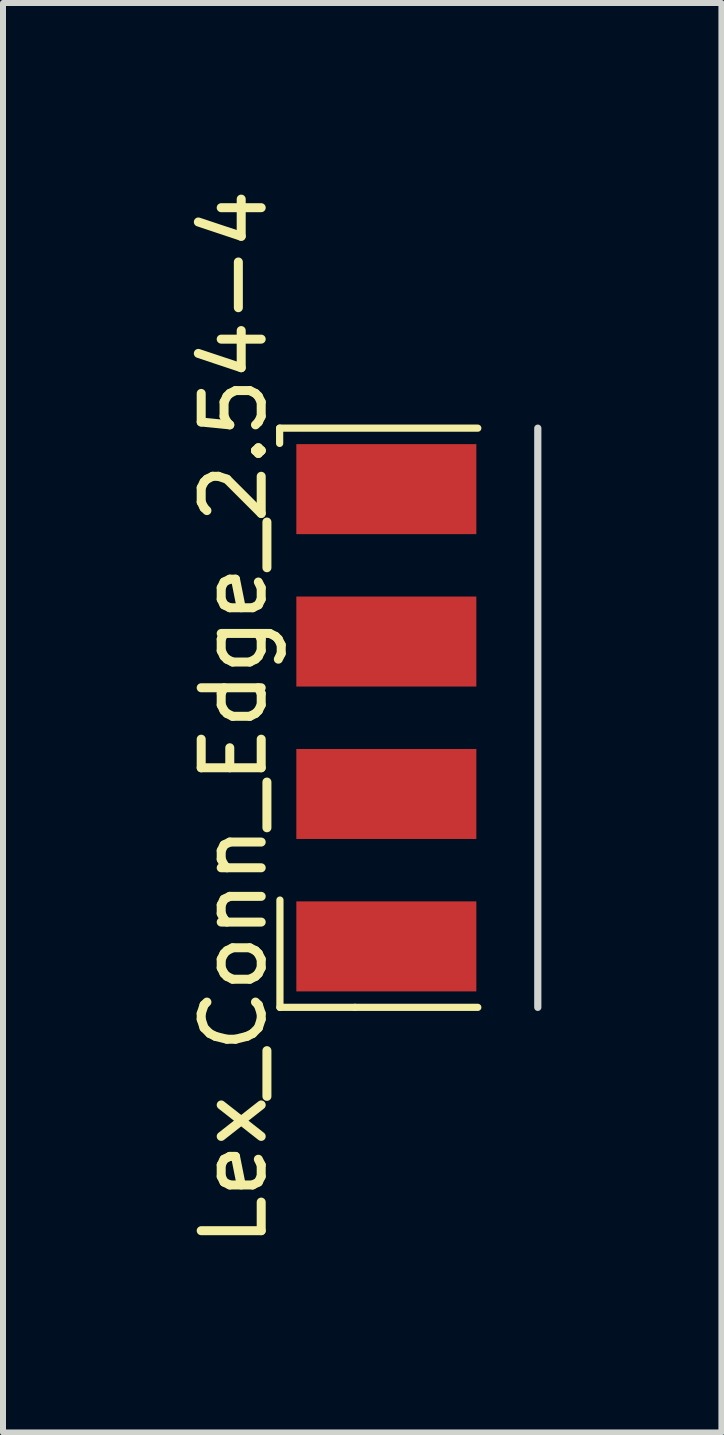
<source format=kicad_pcb>
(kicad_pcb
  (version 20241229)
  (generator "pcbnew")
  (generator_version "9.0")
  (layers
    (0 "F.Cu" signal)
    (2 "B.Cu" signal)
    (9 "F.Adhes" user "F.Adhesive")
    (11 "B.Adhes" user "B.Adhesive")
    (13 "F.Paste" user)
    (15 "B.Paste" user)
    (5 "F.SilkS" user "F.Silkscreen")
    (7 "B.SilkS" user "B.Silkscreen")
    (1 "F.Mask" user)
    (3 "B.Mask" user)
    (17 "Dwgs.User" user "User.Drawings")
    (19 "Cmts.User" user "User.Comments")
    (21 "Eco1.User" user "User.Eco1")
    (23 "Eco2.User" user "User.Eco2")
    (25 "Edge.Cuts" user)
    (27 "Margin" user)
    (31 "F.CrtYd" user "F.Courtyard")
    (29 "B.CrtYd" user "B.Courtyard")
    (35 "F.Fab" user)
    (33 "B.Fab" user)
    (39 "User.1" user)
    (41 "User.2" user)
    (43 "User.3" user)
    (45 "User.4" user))
  (footprint "Lex_Conn_Edge_2.54-4"
    (layer "F.Cu")
    (at 1.102 8.911)
    (property "Reference" "Lex_Conn_Edge_2.54-4" (at -0.254 0 90) (unlocked yes) (layer "F.SilkS") (effects (font (size 1 1) (thickness 0.15))))
    (attr smd)
    (fp_line (start 0.508 -4.826) (end 0.508 -4.572) (stroke (width 0.12) (type solid)) (layer "F.SilkS"))
    (fp_line (start 0.513 4.826) (end 0.513 3.038) (stroke (width 0.12) (type solid)) (layer "F.SilkS"))
    (fp_line (start 1.763 4.826) (end 0.513 4.826) (stroke (width 0.12) (type solid)) (layer "F.SilkS"))
    (fp_line (start 3.81 -4.826) (end 0.508 -4.826) (stroke (width 0.12) (type solid)) (layer "F.SilkS"))
    (fp_line (start 3.81 4.826) (end 1.763 4.826) (stroke (width 0.12) (type solid)) (layer "F.SilkS"))
    (fp_line (start 4.81 -4.826) (end 4.81 4.826) (stroke (width 0.12) (type solid)) (layer "Edge.Cuts"))
    (pad "1" smd rect (at 2.286 -3.81 270) (size 1.5 3) (layers "F.Cu" "F.Mask" "F.Paste"))
    (pad "2" smd rect (at 2.286 -1.27 270) (size 1.5 3) (layers "F.Cu" "F.Mask" "F.Paste"))
    (pad "3" smd rect (at 2.286 1.27 270) (size 1.5 3) (layers "F.Cu" "F.Mask" "F.Paste"))
    (pad "4" smd rect (at 2.286 3.81 270) (size 1.5 3) (layers "F.Cu" "F.Mask" "F.Paste")))
  (gr_rect
    (start -3 -3)
    (end 8.972 20.821)
    (stroke (width 0.1) (type default))
    (fill no)
    (layer "Edge.Cuts")))
</source>
